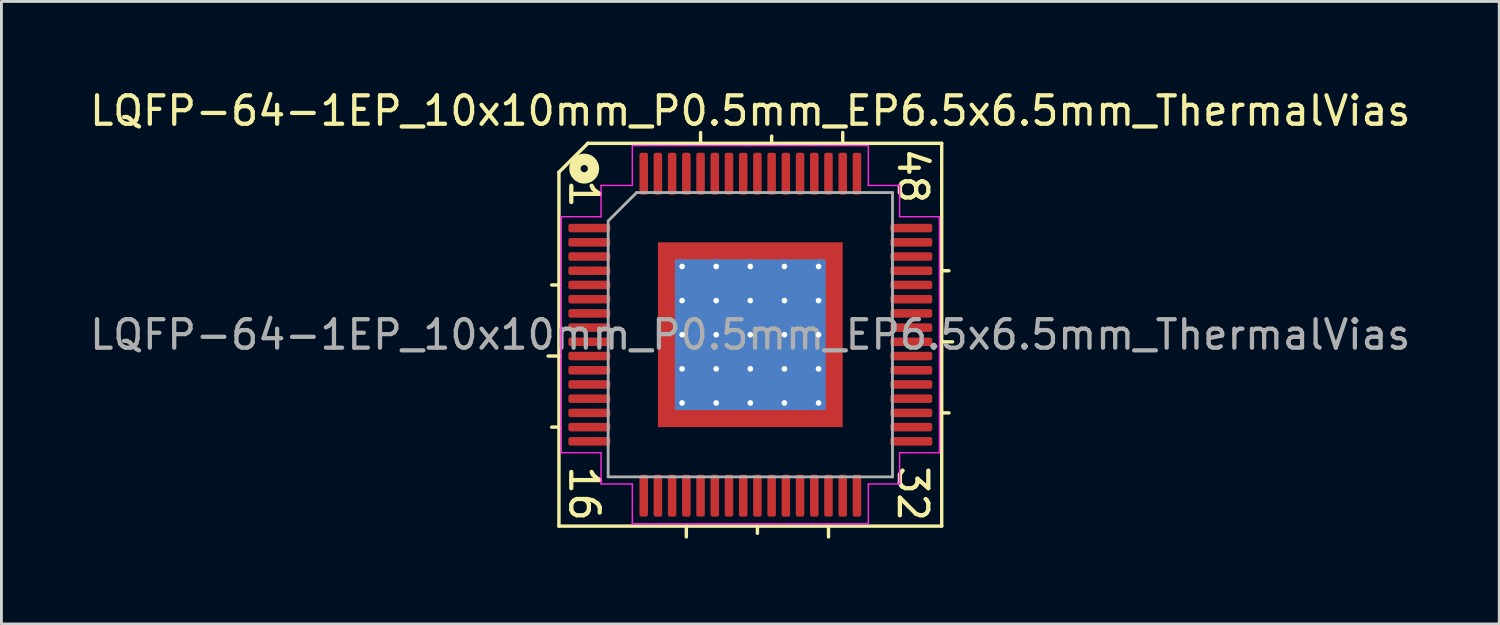
<source format=kicad_pcb>
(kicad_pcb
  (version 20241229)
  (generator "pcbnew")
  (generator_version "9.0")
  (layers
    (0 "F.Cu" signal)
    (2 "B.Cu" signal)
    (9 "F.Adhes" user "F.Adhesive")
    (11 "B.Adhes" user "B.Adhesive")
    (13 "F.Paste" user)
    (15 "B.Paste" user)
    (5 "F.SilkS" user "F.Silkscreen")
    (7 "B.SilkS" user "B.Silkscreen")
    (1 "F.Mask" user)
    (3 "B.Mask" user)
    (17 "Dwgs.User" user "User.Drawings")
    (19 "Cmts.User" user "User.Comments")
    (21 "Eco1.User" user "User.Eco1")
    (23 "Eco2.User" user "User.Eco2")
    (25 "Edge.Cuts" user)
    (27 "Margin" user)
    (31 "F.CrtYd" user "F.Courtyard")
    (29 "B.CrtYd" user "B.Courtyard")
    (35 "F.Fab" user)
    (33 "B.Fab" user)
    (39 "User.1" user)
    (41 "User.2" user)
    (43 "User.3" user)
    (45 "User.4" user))
  (footprint "LQFP-64-1EP_10x10mm_P0.5mm_EP6.5x6.5mm_ThermalVias"
    (layer "F.Cu")
    (at 23.339 8.722)
    (property "Reference" "LQFP-64-1EP_10x10mm_P0.5mm_EP6.5x6.5mm_ThermalVias" (at 0 -7.874 0) (layer "F.SilkS") (effects (font (size 1 1) (thickness 0.15))))
    (attr smd)
    (fp_line (start -6.731 -5.715) (end -6.731 6.731) (stroke (width 0.12) (type solid)) (layer "F.SilkS"))
    (fp_line (start -6.731 -1.75) (end -6.985 -1.75) (stroke (width 0.12) (type solid)) (layer "F.SilkS"))
    (fp_line (start -6.731 0.75) (end -7.112 0.75) (stroke (width 0.12) (type solid)) (layer "F.SilkS"))
    (fp_line (start -6.731 3.25) (end -6.985 3.25) (stroke (width 0.12) (type solid)) (layer "F.SilkS"))
    (fp_line (start -6.731 6.731) (end 6.731 6.731) (stroke (width 0.12) (type solid)) (layer "F.SilkS"))
    (fp_line (start -5.715 -6.731) (end -6.731 -5.715) (stroke (width 0.12) (type solid)) (layer "F.SilkS"))
    (fp_line (start -2.25 6.731) (end -2.25 7.112) (stroke (width 0.12) (type solid)) (layer "F.SilkS"))
    (fp_line (start -1.75 -6.731) (end -1.75 -7.112) (stroke (width 0.12) (type solid)) (layer "F.SilkS"))
    (fp_line (start 0.25 6.731) (end 0.25 6.985) (stroke (width 0.12) (type solid)) (layer "F.SilkS"))
    (fp_line (start 0.75 -6.731) (end 0.75 -6.985) (stroke (width 0.12) (type solid)) (layer "F.SilkS"))
    (fp_line (start 2.75 7.112) (end 2.75 6.731) (stroke (width 0.12) (type solid)) (layer "F.SilkS"))
    (fp_line (start 3.25 -6.731) (end 3.25 -7.112) (stroke (width 0.12) (type solid)) (layer "F.SilkS"))
    (fp_line (start 6.731 -6.731) (end -5.715 -6.731) (stroke (width 0.12) (type solid)) (layer "F.SilkS"))
    (fp_line (start 6.731 -2.25) (end 6.985 -2.25) (stroke (width 0.12) (type solid)) (layer "F.SilkS"))
    (fp_line (start 6.731 0.25) (end 7.112 0.25) (stroke (width 0.12) (type solid)) (layer "F.SilkS"))
    (fp_line (start 6.731 2.75) (end 6.985 2.75) (stroke (width 0.12) (type solid)) (layer "F.SilkS"))
    (fp_line (start 6.731 6.731) (end 6.731 -6.731) (stroke (width 0.12) (type solid)) (layer "F.SilkS"))
    (fp_circle (center -5.842 -5.842) (end -5.715 -5.842) (stroke (width 0.4) (type solid)) (fill no) (layer "F.SilkS"))
    (fp_line (start -6.65 -4.15) (end -6.65 0) (stroke (width 0.05) (type solid)) (layer "F.CrtYd"))
    (fp_line (start -6.65 4.15) (end -6.65 0) (stroke (width 0.05) (type solid)) (layer "F.CrtYd"))
    (fp_line (start -5.25 -5.25) (end -5.25 -4.15) (stroke (width 0.05) (type solid)) (layer "F.CrtYd"))
    (fp_line (start -5.25 -4.15) (end -6.65 -4.15) (stroke (width 0.05) (type solid)) (layer "F.CrtYd"))
    (fp_line (start -5.25 4.15) (end -6.65 4.15) (stroke (width 0.05) (type solid)) (layer "F.CrtYd"))
    (fp_line (start -5.25 5.25) (end -5.25 4.15) (stroke (width 0.05) (type solid)) (layer "F.CrtYd"))
    (fp_line (start -4.15 -6.65) (end -4.15 -5.25) (stroke (width 0.05) (type solid)) (layer "F.CrtYd"))
    (fp_line (start -4.15 -5.25) (end -5.25 -5.25) (stroke (width 0.05) (type solid)) (layer "F.CrtYd"))
    (fp_line (start -4.15 5.25) (end -5.25 5.25) (stroke (width 0.05) (type solid)) (layer "F.CrtYd"))
    (fp_line (start -4.15 6.65) (end -4.15 5.25) (stroke (width 0.05) (type solid)) (layer "F.CrtYd"))
    (fp_line (start 0 -6.65) (end -4.15 -6.65) (stroke (width 0.05) (type solid)) (layer "F.CrtYd"))
    (fp_line (start 0 -6.65) (end 4.15 -6.65) (stroke (width 0.05) (type solid)) (layer "F.CrtYd"))
    (fp_line (start 0 6.65) (end -4.15 6.65) (stroke (width 0.05) (type solid)) (layer "F.CrtYd"))
    (fp_line (start 0 6.65) (end 4.15 6.65) (stroke (width 0.05) (type solid)) (layer "F.CrtYd"))
    (fp_line (start 4.15 -6.65) (end 4.15 -5.25) (stroke (width 0.05) (type solid)) (layer "F.CrtYd"))
    (fp_line (start 4.15 -5.25) (end 5.25 -5.25) (stroke (width 0.05) (type solid)) (layer "F.CrtYd"))
    (fp_line (start 4.15 5.25) (end 5.25 5.25) (stroke (width 0.05) (type solid)) (layer "F.CrtYd"))
    (fp_line (start 4.15 6.65) (end 4.15 5.25) (stroke (width 0.05) (type solid)) (layer "F.CrtYd"))
    (fp_line (start 5.25 -5.25) (end 5.25 -4.15) (stroke (width 0.05) (type solid)) (layer "F.CrtYd"))
    (fp_line (start 5.25 -4.15) (end 6.65 -4.15) (stroke (width 0.05) (type solid)) (layer "F.CrtYd"))
    (fp_line (start 5.25 4.15) (end 6.65 4.15) (stroke (width 0.05) (type solid)) (layer "F.CrtYd"))
    (fp_line (start 5.25 5.25) (end 5.25 4.15) (stroke (width 0.05) (type solid)) (layer "F.CrtYd"))
    (fp_line (start 6.65 -4.15) (end 6.65 0) (stroke (width 0.05) (type solid)) (layer "F.CrtYd"))
    (fp_line (start 6.65 4.15) (end 6.65 0) (stroke (width 0.05) (type solid)) (layer "F.CrtYd"))
    (fp_line (start -5 -4) (end -4 -5) (stroke (width 0.1) (type solid)) (layer "F.Fab"))
    (fp_line (start -5 5) (end -5 -4) (stroke (width 0.1) (type solid)) (layer "F.Fab"))
    (fp_line (start -4 -5) (end 5 -5) (stroke (width 0.1) (type solid)) (layer "F.Fab"))
    (fp_line (start 5 -5) (end 5 5) (stroke (width 0.1) (type solid)) (layer "F.Fab"))
    (fp_line (start 5 5) (end -5 5) (stroke (width 0.1) (type solid)) (layer "F.Fab"))
    (fp_text user "48" (at 5.715 -5.588 270) (unlocked yes) (layer "F.SilkS") (effects (font (size 1 1) (thickness 0.15))))
    (fp_text user "1" (at -5.842 -4.953 270) (unlocked yes) (layer "F.SilkS") (effects (font (size 1 1) (thickness 0.15))))
    (fp_text user "16" (at -5.842 5.588 270) (unlocked yes) (layer "F.SilkS") (effects (font (size 1 1) (thickness 0.15))))
    (fp_text user "32" (at 5.715 5.588 270) (unlocked yes) (layer "F.SilkS") (effects (font (size 1 1) (thickness 0.15))))
    (fp_text user "${REFERENCE}" (at 0 0 0) (layer "F.Fab") (effects (font (size 1 1) (thickness 0.15))))
    (pad "" smd custom (at -2.825 -2.825) (size 0.602 0.602) (layers "F.Paste") (options (anchor circle)) (primitives (gr_poly (pts (xy 0.259 0.19) (xy 0.19 0.259) (xy -0.259 0.259) (xy -0.259 -0.259) (xy 0.259 -0.259)) (width 0.167) (fill yes))))
    (pad "" smd roundrect (at -2.825 -1.8) (size 0.685 0.967) (layers "F.Paste") (roundrect_rratio 0.25))
    (pad "" smd roundrect (at -2.825 -0.6) (size 0.685 0.967) (layers "F.Paste") (roundrect_rratio 0.25))
    (pad "" smd roundrect (at -2.825 0.6) (size 0.685 0.967) (layers "F.Paste") (roundrect_rratio 0.25))
    (pad "" smd roundrect (at -2.825 1.8) (size 0.685 0.967) (layers "F.Paste") (roundrect_rratio 0.25))
    (pad "" smd custom (at -2.825 2.825) (size 0.602 0.602) (layers "F.Paste") (options (anchor circle)) (primitives (gr_poly (pts (xy 0.259 -0.19) (xy 0.259 0.259) (xy -0.259 0.259) (xy -0.259 -0.259) (xy 0.19 -0.259)) (width 0.167) (fill yes))))
    (pad "" smd roundrect (at -1.8 -2.825) (size 0.967 0.685) (layers "F.Paste") (roundrect_rratio 0.25))
    (pad "" smd roundrect (at -1.8 -1.8) (size 0.967 0.967) (layers "F.Paste") (roundrect_rratio 0.25))
    (pad "" smd roundrect (at -1.8 -0.6) (size 0.967 0.967) (layers "F.Paste") (roundrect_rratio 0.25))
    (pad "" smd roundrect (at -1.8 0.6) (size 0.967 0.967) (layers "F.Paste") (roundrect_rratio 0.25))
    (pad "" smd roundrect (at -1.8 1.8) (size 0.967 0.967) (layers "F.Paste") (roundrect_rratio 0.25))
    (pad "" smd roundrect (at -1.8 2.825) (size 0.967 0.685) (layers "F.Paste") (roundrect_rratio 0.25))
    (pad "" smd roundrect (at -0.6 -2.825) (size 0.967 0.685) (layers "F.Paste") (roundrect_rratio 0.25))
    (pad "" smd roundrect (at -0.6 -1.8) (size 0.967 0.967) (layers "F.Paste") (roundrect_rratio 0.25))
    (pad "" smd roundrect (at -0.6 -0.6) (size 0.967 0.967) (layers "F.Paste") (roundrect_rratio 0.25))
    (pad "" smd roundrect (at -0.6 0.6) (size 0.967 0.967) (layers "F.Paste") (roundrect_rratio 0.25))
    (pad "" smd roundrect (at -0.6 1.8) (size 0.967 0.967) (layers "F.Paste") (roundrect_rratio 0.25))
    (pad "" smd roundrect (at -0.6 2.825) (size 0.967 0.685) (layers "F.Paste") (roundrect_rratio 0.25))
    (pad "" smd roundrect (at 0.6 -2.825) (size 0.967 0.685) (layers "F.Paste") (roundrect_rratio 0.25))
    (pad "" smd roundrect (at 0.6 -1.8) (size 0.967 0.967) (layers "F.Paste") (roundrect_rratio 0.25))
    (pad "" smd roundrect (at 0.6 -0.6) (size 0.967 0.967) (layers "F.Paste") (roundrect_rratio 0.25))
    (pad "" smd roundrect (at 0.6 0.6) (size 0.967 0.967) (layers "F.Paste") (roundrect_rratio 0.25))
    (pad "" smd roundrect (at 0.6 1.8) (size 0.967 0.967) (layers "F.Paste") (roundrect_rratio 0.25))
    (pad "" smd roundrect (at 0.6 2.825) (size 0.967 0.685) (layers "F.Paste") (roundrect_rratio 0.25))
    (pad "" smd roundrect (at 1.8 -2.825) (size 0.967 0.685) (layers "F.Paste") (roundrect_rratio 0.25))
    (pad "" smd roundrect (at 1.8 -1.8) (size 0.967 0.967) (layers "F.Paste") (roundrect_rratio 0.25))
    (pad "" smd roundrect (at 1.8 -0.6) (size 0.967 0.967) (layers "F.Paste") (roundrect_rratio 0.25))
    (pad "" smd roundrect (at 1.8 0.6) (size 0.967 0.967) (layers "F.Paste") (roundrect_rratio 0.25))
    (pad "" smd roundrect (at 1.8 1.8) (size 0.967 0.967) (layers "F.Paste") (roundrect_rratio 0.25))
    (pad "" smd roundrect (at 1.8 2.825) (size 0.967 0.685) (layers "F.Paste") (roundrect_rratio 0.25))
    (pad "" smd custom (at 2.825 -2.825) (size 0.602 0.602) (layers "F.Paste") (options (anchor circle)) (primitives (gr_poly (pts (xy 0.259 0.259) (xy -0.19 0.259) (xy -0.259 0.19) (xy -0.259 -0.259) (xy 0.259 -0.259)) (width 0.167) (fill yes))))
    (pad "" smd roundrect (at 2.825 -1.8) (size 0.685 0.967) (layers "F.Paste") (roundrect_rratio 0.25))
    (pad "" smd roundrect (at 2.825 -0.6) (size 0.685 0.967) (layers "F.Paste") (roundrect_rratio 0.25))
    (pad "" smd roundrect (at 2.825 0.6) (size 0.685 0.967) (layers "F.Paste") (roundrect_rratio 0.25))
    (pad "" smd roundrect (at 2.825 1.8) (size 0.685 0.967) (layers "F.Paste") (roundrect_rratio 0.25))
    (pad "" smd custom (at 2.825 2.825) (size 0.602 0.602) (layers "F.Paste") (options (anchor circle)) (primitives (gr_poly (pts (xy 0.259 0.259) (xy -0.259 0.259) (xy -0.259 -0.19) (xy -0.19 -0.259) (xy 0.259 -0.259)) (width 0.167) (fill yes))))
    (pad "1" smd roundrect (at -5.662 -3.75) (size 1.475 0.3) (layers "F.Cu" "F.Mask" "F.Paste") (roundrect_rratio 0.25))
    (pad "2" smd roundrect (at -5.662 -3.25) (size 1.475 0.3) (layers "F.Cu" "F.Mask" "F.Paste") (roundrect_rratio 0.25))
    (pad "3" smd roundrect (at -5.662 -2.75) (size 1.475 0.3) (layers "F.Cu" "F.Mask" "F.Paste") (roundrect_rratio 0.25))
    (pad "4" smd roundrect (at -5.662 -2.25) (size 1.475 0.3) (layers "F.Cu" "F.Mask" "F.Paste") (roundrect_rratio 0.25))
    (pad "5" smd roundrect (at -5.662 -1.75) (size 1.475 0.3) (layers "F.Cu" "F.Mask" "F.Paste") (roundrect_rratio 0.25))
    (pad "6" smd roundrect (at -5.662 -1.25) (size 1.475 0.3) (layers "F.Cu" "F.Mask" "F.Paste") (roundrect_rratio 0.25))
    (pad "7" smd roundrect (at -5.662 -0.75) (size 1.475 0.3) (layers "F.Cu" "F.Mask" "F.Paste") (roundrect_rratio 0.25))
    (pad "8" smd roundrect (at -5.662 -0.25) (size 1.475 0.3) (layers "F.Cu" "F.Mask" "F.Paste") (roundrect_rratio 0.25))
    (pad "9" smd roundrect (at -5.662 0.25) (size 1.475 0.3) (layers "F.Cu" "F.Mask" "F.Paste") (roundrect_rratio 0.25))
    (pad "10" smd roundrect (at -5.662 0.75) (size 1.475 0.3) (layers "F.Cu" "F.Mask" "F.Paste") (roundrect_rratio 0.25))
    (pad "11" smd roundrect (at -5.662 1.25) (size 1.475 0.3) (layers "F.Cu" "F.Mask" "F.Paste") (roundrect_rratio 0.25))
    (pad "12" smd roundrect (at -5.662 1.75) (size 1.475 0.3) (layers "F.Cu" "F.Mask" "F.Paste") (roundrect_rratio 0.25))
    (pad "13" smd roundrect (at -5.662 2.25) (size 1.475 0.3) (layers "F.Cu" "F.Mask" "F.Paste") (roundrect_rratio 0.25))
    (pad "14" smd roundrect (at -5.662 2.75) (size 1.475 0.3) (layers "F.Cu" "F.Mask" "F.Paste") (roundrect_rratio 0.25))
    (pad "15" smd roundrect (at -5.662 3.25) (size 1.475 0.3) (layers "F.Cu" "F.Mask" "F.Paste") (roundrect_rratio 0.25))
    (pad "16" smd roundrect (at -5.662 3.75) (size 1.475 0.3) (layers "F.Cu" "F.Mask" "F.Paste") (roundrect_rratio 0.25))
    (pad "17" smd roundrect (at -3.75 5.662) (size 0.3 1.475) (layers "F.Cu" "F.Mask" "F.Paste") (roundrect_rratio 0.25))
    (pad "18" smd roundrect (at -3.25 5.662) (size 0.3 1.475) (layers "F.Cu" "F.Mask" "F.Paste") (roundrect_rratio 0.25))
    (pad "19" smd roundrect (at -2.75 5.662) (size 0.3 1.475) (layers "F.Cu" "F.Mask" "F.Paste") (roundrect_rratio 0.25))
    (pad "20" smd roundrect (at -2.25 5.662) (size 0.3 1.475) (layers "F.Cu" "F.Mask" "F.Paste") (roundrect_rratio 0.25))
    (pad "21" smd roundrect (at -1.75 5.662) (size 0.3 1.475) (layers "F.Cu" "F.Mask" "F.Paste") (roundrect_rratio 0.25))
    (pad "22" smd roundrect (at -1.25 5.662) (size 0.3 1.475) (layers "F.Cu" "F.Mask" "F.Paste") (roundrect_rratio 0.25))
    (pad "23" smd roundrect (at -0.75 5.662) (size 0.3 1.475) (layers "F.Cu" "F.Mask" "F.Paste") (roundrect_rratio 0.25))
    (pad "24" smd roundrect (at -0.25 5.662) (size 0.3 1.475) (layers "F.Cu" "F.Mask" "F.Paste") (roundrect_rratio 0.25))
    (pad "25" smd roundrect (at 0.25 5.662) (size 0.3 1.475) (layers "F.Cu" "F.Mask" "F.Paste") (roundrect_rratio 0.25))
    (pad "26" smd roundrect (at 0.75 5.662) (size 0.3 1.475) (layers "F.Cu" "F.Mask" "F.Paste") (roundrect_rratio 0.25))
    (pad "27" smd roundrect (at 1.25 5.662) (size 0.3 1.475) (layers "F.Cu" "F.Mask" "F.Paste") (roundrect_rratio 0.25))
    (pad "28" smd roundrect (at 1.75 5.662) (size 0.3 1.475) (layers "F.Cu" "F.Mask" "F.Paste") (roundrect_rratio 0.25))
    (pad "29" smd roundrect (at 2.25 5.662) (size 0.3 1.475) (layers "F.Cu" "F.Mask" "F.Paste") (roundrect_rratio 0.25))
    (pad "30" smd roundrect (at 2.75 5.662) (size 0.3 1.475) (layers "F.Cu" "F.Mask" "F.Paste") (roundrect_rratio 0.25))
    (pad "31" smd roundrect (at 3.25 5.662) (size 0.3 1.475) (layers "F.Cu" "F.Mask" "F.Paste") (roundrect_rratio 0.25))
    (pad "32" smd roundrect (at 3.75 5.662) (size 0.3 1.475) (layers "F.Cu" "F.Mask" "F.Paste") (roundrect_rratio 0.25))
    (pad "33" smd roundrect (at 5.662 3.75) (size 1.475 0.3) (layers "F.Cu" "F.Mask" "F.Paste") (roundrect_rratio 0.25))
    (pad "34" smd roundrect (at 5.662 3.25) (size 1.475 0.3) (layers "F.Cu" "F.Mask" "F.Paste") (roundrect_rratio 0.25))
    (pad "35" smd roundrect (at 5.662 2.75) (size 1.475 0.3) (layers "F.Cu" "F.Mask" "F.Paste") (roundrect_rratio 0.25))
    (pad "36" smd roundrect (at 5.662 2.25) (size 1.475 0.3) (layers "F.Cu" "F.Mask" "F.Paste") (roundrect_rratio 0.25))
    (pad "37" smd roundrect (at 5.662 1.75) (size 1.475 0.3) (layers "F.Cu" "F.Mask" "F.Paste") (roundrect_rratio 0.25))
    (pad "38" smd roundrect (at 5.662 1.25) (size 1.475 0.3) (layers "F.Cu" "F.Mask" "F.Paste") (roundrect_rratio 0.25))
    (pad "39" smd roundrect (at 5.662 0.75) (size 1.475 0.3) (layers "F.Cu" "F.Mask" "F.Paste") (roundrect_rratio 0.25))
    (pad "40" smd roundrect (at 5.662 0.25) (size 1.475 0.3) (layers "F.Cu" "F.Mask" "F.Paste") (roundrect_rratio 0.25))
    (pad "41" smd roundrect (at 5.662 -0.25) (size 1.475 0.3) (layers "F.Cu" "F.Mask" "F.Paste") (roundrect_rratio 0.25))
    (pad "42" smd roundrect (at 5.662 -0.75) (size 1.475 0.3) (layers "F.Cu" "F.Mask" "F.Paste") (roundrect_rratio 0.25))
    (pad "43" smd roundrect (at 5.662 -1.25) (size 1.475 0.3) (layers "F.Cu" "F.Mask" "F.Paste") (roundrect_rratio 0.25))
    (pad "44" smd roundrect (at 5.662 -1.75) (size 1.475 0.3) (layers "F.Cu" "F.Mask" "F.Paste") (roundrect_rratio 0.25))
    (pad "45" smd roundrect (at 5.662 -2.25) (size 1.475 0.3) (layers "F.Cu" "F.Mask" "F.Paste") (roundrect_rratio 0.25))
    (pad "46" smd roundrect (at 5.662 -2.75) (size 1.475 0.3) (layers "F.Cu" "F.Mask" "F.Paste") (roundrect_rratio 0.25))
    (pad "47" smd roundrect (at 5.662 -3.25) (size 1.475 0.3) (layers "F.Cu" "F.Mask" "F.Paste") (roundrect_rratio 0.25))
    (pad "48" smd roundrect (at 5.662 -3.75) (size 1.475 0.3) (layers "F.Cu" "F.Mask" "F.Paste") (roundrect_rratio 0.25))
    (pad "49" smd roundrect (at 3.75 -5.662) (size 0.3 1.475) (layers "F.Cu" "F.Mask" "F.Paste") (roundrect_rratio 0.25))
    (pad "50" smd roundrect (at 3.25 -5.662) (size 0.3 1.475) (layers "F.Cu" "F.Mask" "F.Paste") (roundrect_rratio 0.25))
    (pad "51" smd roundrect (at 2.75 -5.662) (size 0.3 1.475) (layers "F.Cu" "F.Mask" "F.Paste") (roundrect_rratio 0.25))
    (pad "52" smd roundrect (at 2.25 -5.662) (size 0.3 1.475) (layers "F.Cu" "F.Mask" "F.Paste") (roundrect_rratio 0.25))
    (pad "53" smd roundrect (at 1.75 -5.662) (size 0.3 1.475) (layers "F.Cu" "F.Mask" "F.Paste") (roundrect_rratio 0.25))
    (pad "54" smd roundrect (at 1.25 -5.662) (size 0.3 1.475) (layers "F.Cu" "F.Mask" "F.Paste") (roundrect_rratio 0.25))
    (pad "55" smd roundrect (at 0.75 -5.662) (size 0.3 1.475) (layers "F.Cu" "F.Mask" "F.Paste") (roundrect_rratio 0.25))
    (pad "56" smd roundrect (at 0.25 -5.662) (size 0.3 1.475) (layers "F.Cu" "F.Mask" "F.Paste") (roundrect_rratio 0.25))
    (pad "57" smd roundrect (at -0.25 -5.662) (size 0.3 1.475) (layers "F.Cu" "F.Mask" "F.Paste") (roundrect_rratio 0.25))
    (pad "58" smd roundrect (at -0.75 -5.662) (size 0.3 1.475) (layers "F.Cu" "F.Mask" "F.Paste") (roundrect_rratio 0.25))
    (pad "59" smd roundrect (at -1.25 -5.662) (size 0.3 1.475) (layers "F.Cu" "F.Mask" "F.Paste") (roundrect_rratio 0.25))
    (pad "60" smd roundrect (at -1.75 -5.662) (size 0.3 1.475) (layers "F.Cu" "F.Mask" "F.Paste") (roundrect_rratio 0.25))
    (pad "61" smd roundrect (at -2.25 -5.662) (size 0.3 1.475) (layers "F.Cu" "F.Mask" "F.Paste") (roundrect_rratio 0.25))
    (pad "62" smd roundrect (at -2.75 -5.662) (size 0.3 1.475) (layers "F.Cu" "F.Mask" "F.Paste") (roundrect_rratio 0.25))
    (pad "63" smd roundrect (at -3.25 -5.662) (size 0.3 1.475) (layers "F.Cu" "F.Mask" "F.Paste") (roundrect_rratio 0.25))
    (pad "64" smd roundrect (at -3.75 -5.662) (size 0.3 1.475) (layers "F.Cu" "F.Mask" "F.Paste") (roundrect_rratio 0.25))
    (pad "65" thru_hole circle (at -2.4 -2.4) (size 0.5 0.5) (drill 0.2) (layers "*.Cu"))
    (pad "65" thru_hole circle (at -2.4 -1.2) (size 0.5 0.5) (drill 0.2) (layers "*.Cu"))
    (pad "65" thru_hole circle (at -2.4 0) (size 0.5 0.5) (drill 0.2) (layers "*.Cu"))
    (pad "65" thru_hole circle (at -2.4 1.2) (size 0.5 0.5) (drill 0.2) (layers "*.Cu"))
    (pad "65" thru_hole circle (at -2.4 2.4) (size 0.5 0.5) (drill 0.2) (layers "*.Cu"))
    (pad "65" thru_hole circle (at -1.2 -2.4) (size 0.5 0.5) (drill 0.2) (layers "*.Cu"))
    (pad "65" thru_hole circle (at -1.2 -1.2) (size 0.5 0.5) (drill 0.2) (layers "*.Cu"))
    (pad "65" thru_hole circle (at -1.2 0) (size 0.5 0.5) (drill 0.2) (layers "*.Cu"))
    (pad "65" thru_hole circle (at -1.2 1.2) (size 0.5 0.5) (drill 0.2) (layers "*.Cu"))
    (pad "65" thru_hole circle (at -1.2 2.4) (size 0.5 0.5) (drill 0.2) (layers "*.Cu"))
    (pad "65" thru_hole circle (at 0 -2.4) (size 0.5 0.5) (drill 0.2) (layers "*.Cu"))
    (pad "65" thru_hole circle (at 0 -1.2) (size 0.5 0.5) (drill 0.2) (layers "*.Cu"))
    (pad "65" thru_hole circle (at 0 0) (size 0.5 0.5) (drill 0.2) (layers "*.Cu"))
    (pad "65" smd rect (at 0 0) (size 5.3 5.3) (layers "B.Cu" "B.Mask"))
    (pad "65" smd rect (at 0 0) (size 6.5 6.5) (layers "F.Cu" "F.Mask"))
    (pad "65" thru_hole circle (at 0 1.2) (size 0.5 0.5) (drill 0.2) (layers "*.Cu"))
    (pad "65" thru_hole circle (at 0 2.4) (size 0.5 0.5) (drill 0.2) (layers "*.Cu"))
    (pad "65" thru_hole circle (at 1.2 -2.4) (size 0.5 0.5) (drill 0.2) (layers "*.Cu"))
    (pad "65" thru_hole circle (at 1.2 -1.2) (size 0.5 0.5) (drill 0.2) (layers "*.Cu"))
    (pad "65" thru_hole circle (at 1.2 0) (size 0.5 0.5) (drill 0.2) (layers "*.Cu"))
    (pad "65" thru_hole circle (at 1.2 1.2) (size 0.5 0.5) (drill 0.2) (layers "*.Cu"))
    (pad "65" thru_hole circle (at 1.2 2.4) (size 0.5 0.5) (drill 0.2) (layers "*.Cu"))
    (pad "65" thru_hole circle (at 2.4 -2.4) (size 0.5 0.5) (drill 0.2) (layers "*.Cu"))
    (pad "65" thru_hole circle (at 2.4 -1.2) (size 0.5 0.5) (drill 0.2) (layers "*.Cu"))
    (pad "65" thru_hole circle (at 2.4 0) (size 0.5 0.5) (drill 0.2) (layers "*.Cu"))
    (pad "65" thru_hole circle (at 2.4 1.2) (size 0.5 0.5) (drill 0.2) (layers "*.Cu"))
    (pad "65" thru_hole circle (at 2.4 2.4) (size 0.5 0.5) (drill 0.2) (layers "*.Cu")))
  (gr_rect
    (start -3 -3)
    (end 49.679 18.894)
    (stroke (width 0.1) (type default))
    (fill no)
    (layer "Edge.Cuts")))
</source>
